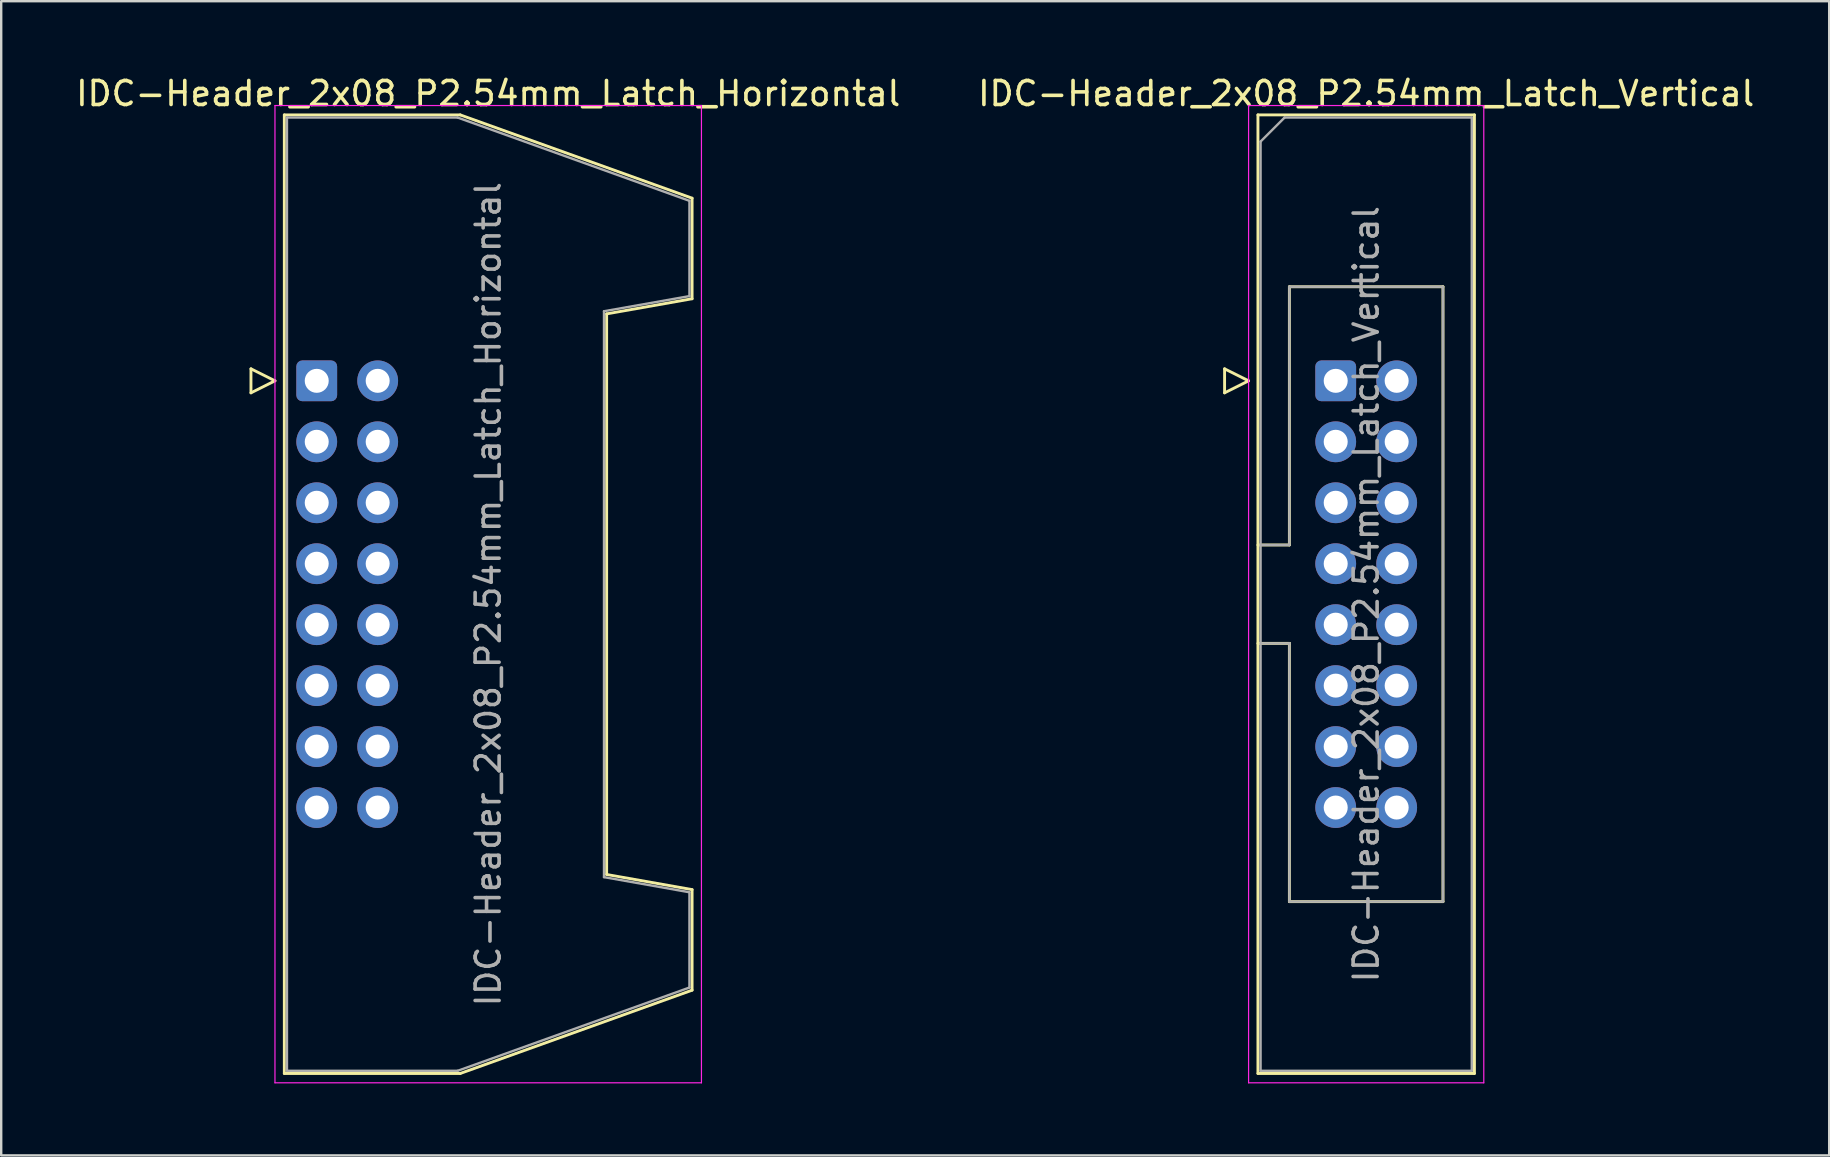
<source format=kicad_pcb>
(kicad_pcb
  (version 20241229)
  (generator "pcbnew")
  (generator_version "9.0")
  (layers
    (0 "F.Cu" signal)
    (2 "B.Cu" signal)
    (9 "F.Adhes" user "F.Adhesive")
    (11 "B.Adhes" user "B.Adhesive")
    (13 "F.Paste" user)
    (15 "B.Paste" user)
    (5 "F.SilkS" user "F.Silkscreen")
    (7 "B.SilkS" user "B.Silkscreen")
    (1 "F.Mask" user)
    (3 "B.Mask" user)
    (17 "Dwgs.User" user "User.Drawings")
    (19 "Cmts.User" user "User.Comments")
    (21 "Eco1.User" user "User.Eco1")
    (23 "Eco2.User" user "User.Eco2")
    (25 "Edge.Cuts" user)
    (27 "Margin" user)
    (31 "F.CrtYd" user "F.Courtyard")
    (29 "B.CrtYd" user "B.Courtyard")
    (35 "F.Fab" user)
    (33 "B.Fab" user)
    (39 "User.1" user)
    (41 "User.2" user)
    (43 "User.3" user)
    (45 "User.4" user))
  (footprint "IDC-Header_2x08_P2.54mm_Latch_Vertical"
    (layer "F.Cu")
    (at 52.605 12.818)
    (property "Reference" "IDC-Header_2x08_P2.54mm_Latch_Vertical" (at 1.27 -11.97 0) (layer "F.SilkS") (effects (font (size 1 1) (thickness 0.15))))
    (attr through_hole)
    (fp_line (start -4.63 -0.5) (end -4.63 0.5) (stroke (width 0.12) (type solid)) (layer "F.SilkS"))
    (fp_line (start -4.63 0.5) (end -3.63 0) (stroke (width 0.12) (type solid)) (layer "F.SilkS"))
    (fp_line (start -3.63 0) (end -4.63 -0.5) (stroke (width 0.12) (type solid)) (layer "F.SilkS"))
    (fp_line (start -3.24 -11.08) (end 5.78 -11.08) (stroke (width 0.12) (type solid)) (layer "F.SilkS"))
    (fp_line (start -3.24 6.84) (end -1.93 6.84) (stroke (width 0.12) (type solid)) (layer "F.SilkS"))
    (fp_line (start -3.24 28.86) (end -3.24 -11.08) (stroke (width 0.12) (type solid)) (layer "F.SilkS"))
    (fp_line (start -1.93 -3.92) (end 4.47 -3.92) (stroke (width 0.12) (type solid)) (layer "F.SilkS"))
    (fp_line (start -1.93 6.84) (end -1.93 -3.92) (stroke (width 0.12) (type solid)) (layer "F.SilkS"))
    (fp_line (start -1.93 10.94) (end -3.24 10.94) (stroke (width 0.12) (type solid)) (layer "F.SilkS"))
    (fp_line (start -1.93 10.94) (end -1.93 10.94) (stroke (width 0.12) (type solid)) (layer "F.SilkS"))
    (fp_line (start -1.93 21.7) (end -1.93 10.94) (stroke (width 0.12) (type solid)) (layer "F.SilkS"))
    (fp_line (start 4.47 -3.92) (end 4.47 21.7) (stroke (width 0.12) (type solid)) (layer "F.SilkS"))
    (fp_line (start 4.47 21.7) (end -1.93 21.7) (stroke (width 0.12) (type solid)) (layer "F.SilkS"))
    (fp_line (start 5.78 -11.08) (end 5.78 28.86) (stroke (width 0.12) (type solid)) (layer "F.SilkS"))
    (fp_line (start 5.78 28.86) (end -3.24 28.86) (stroke (width 0.12) (type solid)) (layer "F.SilkS"))
    (fp_line (start -3.63 -11.47) (end -3.63 29.25) (stroke (width 0.05) (type solid)) (layer "F.CrtYd"))
    (fp_line (start -3.63 29.25) (end 6.17 29.25) (stroke (width 0.05) (type solid)) (layer "F.CrtYd"))
    (fp_line (start 6.17 -11.47) (end -3.63 -11.47) (stroke (width 0.05) (type solid)) (layer "F.CrtYd"))
    (fp_line (start 6.17 29.25) (end 6.17 -11.47) (stroke (width 0.05) (type solid)) (layer "F.CrtYd"))
    (fp_line (start -3.13 -9.97) (end -2.13 -10.97) (stroke (width 0.1) (type solid)) (layer "F.Fab"))
    (fp_line (start -3.13 6.84) (end -1.93 6.84) (stroke (width 0.1) (type solid)) (layer "F.Fab"))
    (fp_line (start -3.13 28.75) (end -3.13 -9.97) (stroke (width 0.1) (type solid)) (layer "F.Fab"))
    (fp_line (start -2.13 -10.97) (end 5.67 -10.97) (stroke (width 0.1) (type solid)) (layer "F.Fab"))
    (fp_line (start -1.93 -3.92) (end 4.47 -3.92) (stroke (width 0.1) (type solid)) (layer "F.Fab"))
    (fp_line (start -1.93 6.84) (end -1.93 -3.92) (stroke (width 0.1) (type solid)) (layer "F.Fab"))
    (fp_line (start -1.93 10.94) (end -3.13 10.94) (stroke (width 0.1) (type solid)) (layer "F.Fab"))
    (fp_line (start -1.93 10.94) (end -1.93 10.94) (stroke (width 0.1) (type solid)) (layer "F.Fab"))
    (fp_line (start -1.93 21.7) (end -1.93 10.94) (stroke (width 0.1) (type solid)) (layer "F.Fab"))
    (fp_line (start 4.47 -3.92) (end 4.47 21.7) (stroke (width 0.1) (type solid)) (layer "F.Fab"))
    (fp_line (start 4.47 21.7) (end -1.93 21.7) (stroke (width 0.1) (type solid)) (layer "F.Fab"))
    (fp_line (start 5.67 -10.97) (end 5.67 28.75) (stroke (width 0.1) (type solid)) (layer "F.Fab"))
    (fp_line (start 5.67 28.75) (end -3.13 28.75) (stroke (width 0.1) (type solid)) (layer "F.Fab"))
    (fp_text user "${REFERENCE}" (at 1.27 8.89 90) (layer "F.Fab") (effects (font (size 1 1) (thickness 0.15))))
    (pad "1" thru_hole roundrect (at 0 0) (size 1.7 1.7) (drill 1) (layers "*.Cu" "*.Mask") (roundrect_rratio 0.147))
    (pad "2" thru_hole circle (at 2.54 0) (size 1.7 1.7) (drill 1) (layers "*.Cu" "*.Mask"))
    (pad "3" thru_hole circle (at 0 2.54) (size 1.7 1.7) (drill 1) (layers "*.Cu" "*.Mask"))
    (pad "4" thru_hole circle (at 2.54 2.54) (size 1.7 1.7) (drill 1) (layers "*.Cu" "*.Mask"))
    (pad "5" thru_hole circle (at 0 5.08) (size 1.7 1.7) (drill 1) (layers "*.Cu" "*.Mask"))
    (pad "6" thru_hole circle (at 2.54 5.08) (size 1.7 1.7) (drill 1) (layers "*.Cu" "*.Mask"))
    (pad "7" thru_hole circle (at 0 7.62) (size 1.7 1.7) (drill 1) (layers "*.Cu" "*.Mask"))
    (pad "8" thru_hole circle (at 2.54 7.62) (size 1.7 1.7) (drill 1) (layers "*.Cu" "*.Mask"))
    (pad "9" thru_hole circle (at 0 10.16) (size 1.7 1.7) (drill 1) (layers "*.Cu" "*.Mask"))
    (pad "10" thru_hole circle (at 2.54 10.16) (size 1.7 1.7) (drill 1) (layers "*.Cu" "*.Mask"))
    (pad "11" thru_hole circle (at 0 12.7) (size 1.7 1.7) (drill 1) (layers "*.Cu" "*.Mask"))
    (pad "12" thru_hole circle (at 2.54 12.7) (size 1.7 1.7) (drill 1) (layers "*.Cu" "*.Mask"))
    (pad "13" thru_hole circle (at 0 15.24) (size 1.7 1.7) (drill 1) (layers "*.Cu" "*.Mask"))
    (pad "14" thru_hole circle (at 2.54 15.24) (size 1.7 1.7) (drill 1) (layers "*.Cu" "*.Mask"))
    (pad "15" thru_hole circle (at 0 17.78) (size 1.7 1.7) (drill 1) (layers "*.Cu" "*.Mask"))
    (pad "16" thru_hole circle (at 2.54 17.78) (size 1.7 1.7) (drill 1) (layers "*.Cu" "*.Mask")))
  (footprint "IDC-Header_2x08_P2.54mm_Latch_Horizontal"
    (layer "F.Cu")
    (at 10.147 12.818)
    (property "Reference" "IDC-Header_2x08_P2.54mm_Latch_Horizontal" (at 7.145 -11.97 0) (layer "F.SilkS") (effects (font (size 1 1) (thickness 0.15))))
    (attr through_hole)
    (fp_line (start -2.74 -0.5) (end -2.74 0.5) (stroke (width 0.12) (type solid)) (layer "F.SilkS"))
    (fp_line (start -2.74 0.5) (end -1.74 0) (stroke (width 0.12) (type solid)) (layer "F.SilkS"))
    (fp_line (start -1.74 0) (end -2.74 -0.5) (stroke (width 0.12) (type solid)) (layer "F.SilkS"))
    (fp_line (start -1.35 -11.08) (end 5.98 -11.08) (stroke (width 0.12) (type solid)) (layer "F.SilkS"))
    (fp_line (start -1.35 28.86) (end -1.35 -11.08) (stroke (width 0.12) (type solid)) (layer "F.SilkS"))
    (fp_line (start 5.98 -11.08) (end 15.64 -7.61) (stroke (width 0.12) (type solid)) (layer "F.SilkS"))
    (fp_line (start 5.98 28.86) (end -1.35 28.86) (stroke (width 0.12) (type solid)) (layer "F.SilkS"))
    (fp_line (start 12.08 -2.79) (end 12.08 20.57) (stroke (width 0.12) (type solid)) (layer "F.SilkS"))
    (fp_line (start 12.08 20.57) (end 15.64 21.2) (stroke (width 0.12) (type solid)) (layer "F.SilkS"))
    (fp_line (start 15.64 -7.61) (end 15.64 -3.42) (stroke (width 0.12) (type solid)) (layer "F.SilkS"))
    (fp_line (start 15.64 -3.42) (end 12.08 -2.79) (stroke (width 0.12) (type solid)) (layer "F.SilkS"))
    (fp_line (start 15.64 21.2) (end 15.64 25.39) (stroke (width 0.12) (type solid)) (layer "F.SilkS"))
    (fp_line (start 15.64 25.39) (end 5.98 28.86) (stroke (width 0.12) (type solid)) (layer "F.SilkS"))
    (fp_line (start -1.74 -11.47) (end -1.74 29.25) (stroke (width 0.05) (type solid)) (layer "F.CrtYd"))
    (fp_line (start -1.74 29.25) (end 16.03 29.25) (stroke (width 0.05) (type solid)) (layer "F.CrtYd"))
    (fp_line (start 16.03 -11.47) (end -1.74 -11.47) (stroke (width 0.05) (type solid)) (layer "F.CrtYd"))
    (fp_line (start 16.03 29.25) (end 16.03 -11.47) (stroke (width 0.05) (type solid)) (layer "F.CrtYd"))
    (fp_line (start -1.24 -10.97) (end 5.87 -10.97) (stroke (width 0.1) (type solid)) (layer "F.Fab"))
    (fp_line (start -1.24 28.75) (end -1.24 -10.97) (stroke (width 0.1) (type solid)) (layer "F.Fab"))
    (fp_line (start 5.87 -10.97) (end 15.53 -7.5) (stroke (width 0.1) (type solid)) (layer "F.Fab"))
    (fp_line (start 5.87 28.75) (end -1.24 28.75) (stroke (width 0.1) (type solid)) (layer "F.Fab"))
    (fp_line (start 11.97 -2.9) (end 11.97 20.68) (stroke (width 0.1) (type solid)) (layer "F.Fab"))
    (fp_line (start 11.97 20.68) (end 15.53 21.31) (stroke (width 0.1) (type solid)) (layer "F.Fab"))
    (fp_line (start 15.53 -7.5) (end 15.53 -3.53) (stroke (width 0.1) (type solid)) (layer "F.Fab"))
    (fp_line (start 15.53 -3.53) (end 11.97 -2.9) (stroke (width 0.1) (type solid)) (layer "F.Fab"))
    (fp_line (start 15.53 21.31) (end 15.53 25.28) (stroke (width 0.1) (type solid)) (layer "F.Fab"))
    (fp_line (start 15.53 25.28) (end 5.87 28.75) (stroke (width 0.1) (type solid)) (layer "F.Fab"))
    (fp_text user "${REFERENCE}" (at 7.145 8.89 90) (layer "F.Fab") (effects (font (size 1 1) (thickness 0.15))))
    (pad "1" thru_hole roundrect (at 0 0) (size 1.7 1.7) (drill 1) (layers "*.Cu" "*.Mask") (roundrect_rratio 0.147))
    (pad "2" thru_hole circle (at 2.54 0) (size 1.7 1.7) (drill 1) (layers "*.Cu" "*.Mask"))
    (pad "3" thru_hole circle (at 0 2.54) (size 1.7 1.7) (drill 1) (layers "*.Cu" "*.Mask"))
    (pad "4" thru_hole circle (at 2.54 2.54) (size 1.7 1.7) (drill 1) (layers "*.Cu" "*.Mask"))
    (pad "5" thru_hole circle (at 0 5.08) (size 1.7 1.7) (drill 1) (layers "*.Cu" "*.Mask"))
    (pad "6" thru_hole circle (at 2.54 5.08) (size 1.7 1.7) (drill 1) (layers "*.Cu" "*.Mask"))
    (pad "7" thru_hole circle (at 0 7.62) (size 1.7 1.7) (drill 1) (layers "*.Cu" "*.Mask"))
    (pad "8" thru_hole circle (at 2.54 7.62) (size 1.7 1.7) (drill 1) (layers "*.Cu" "*.Mask"))
    (pad "9" thru_hole circle (at 0 10.16) (size 1.7 1.7) (drill 1) (layers "*.Cu" "*.Mask"))
    (pad "10" thru_hole circle (at 2.54 10.16) (size 1.7 1.7) (drill 1) (layers "*.Cu" "*.Mask"))
    (pad "11" thru_hole circle (at 0 12.7) (size 1.7 1.7) (drill 1) (layers "*.Cu" "*.Mask"))
    (pad "12" thru_hole circle (at 2.54 12.7) (size 1.7 1.7) (drill 1) (layers "*.Cu" "*.Mask"))
    (pad "13" thru_hole circle (at 0 15.24) (size 1.7 1.7) (drill 1) (layers "*.Cu" "*.Mask"))
    (pad "14" thru_hole circle (at 2.54 15.24) (size 1.7 1.7) (drill 1) (layers "*.Cu" "*.Mask"))
    (pad "15" thru_hole circle (at 0 17.78) (size 1.7 1.7) (drill 1) (layers "*.Cu" "*.Mask"))
    (pad "16" thru_hole circle (at 2.54 17.78) (size 1.7 1.7) (drill 1) (layers "*.Cu" "*.Mask")))
  (gr_rect
    (start -3 -3)
    (end 73.167 45.093)
    (stroke (width 0.1) (type default))
    (fill no)
    (layer "Edge.Cuts")))
</source>
